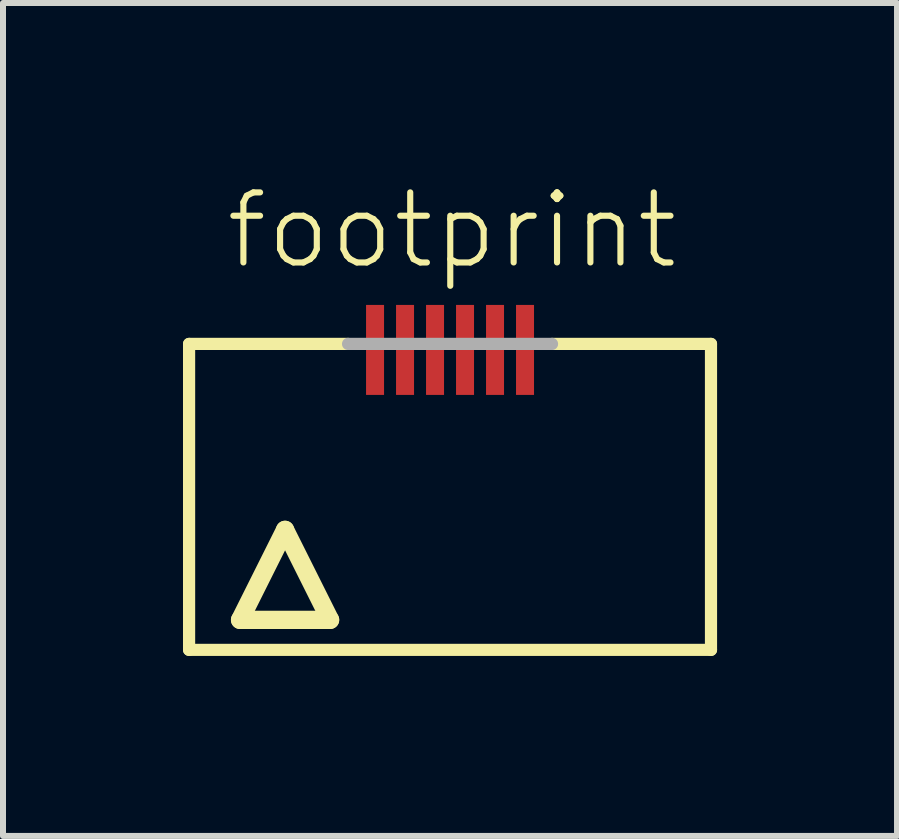
<source format=kicad_pcb>
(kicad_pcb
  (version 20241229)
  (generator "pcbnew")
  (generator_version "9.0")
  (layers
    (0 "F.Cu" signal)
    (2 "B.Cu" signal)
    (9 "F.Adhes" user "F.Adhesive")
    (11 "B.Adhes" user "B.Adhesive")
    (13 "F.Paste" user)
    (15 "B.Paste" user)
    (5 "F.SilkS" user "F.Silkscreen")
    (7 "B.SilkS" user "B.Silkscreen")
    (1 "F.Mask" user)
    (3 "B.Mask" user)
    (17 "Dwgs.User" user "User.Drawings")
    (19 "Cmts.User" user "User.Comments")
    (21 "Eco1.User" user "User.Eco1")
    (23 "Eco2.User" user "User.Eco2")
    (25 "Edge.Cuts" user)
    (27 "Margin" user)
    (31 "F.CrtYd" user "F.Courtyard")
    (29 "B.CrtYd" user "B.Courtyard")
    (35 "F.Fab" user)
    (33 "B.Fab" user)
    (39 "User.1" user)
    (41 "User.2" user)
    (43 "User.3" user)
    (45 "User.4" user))
  (footprint "footprint"
    (layer "F.Cu")
    (at 4.452 5.283)
    (property "Reference" "footprint" (at -3.79 -3.81 0) (layer "F.SilkS") (effects (font (size 1.168 1.168) (thickness 0.102)) (justify left bottom)))
    (fp_line (start -4.35 -2.6) (end -1.7 -2.6) (stroke (width 0.203) (type solid)) (layer "F.SilkS"))
    (fp_line (start -4.35 2.5) (end -4.35 -2.6) (stroke (width 0.203) (type solid)) (layer "F.SilkS"))
    (fp_line (start -3.5 2) (end -2 2) (stroke (width 0.305) (type solid)) (layer "F.SilkS"))
    (fp_line (start -2.75 0.5) (end -3.5 2) (stroke (width 0.305) (type solid)) (layer "F.SilkS"))
    (fp_line (start -2 2) (end -2.75 0.5) (stroke (width 0.305) (type solid)) (layer "F.SilkS"))
    (fp_line (start 1.7 -2.6) (end 4.35 -2.6) (stroke (width 0.203) (type solid)) (layer "F.SilkS"))
    (fp_line (start 4.35 -2.6) (end 4.35 2.5) (stroke (width 0.203) (type solid)) (layer "F.SilkS"))
    (fp_line (start 4.35 2.5) (end -4.35 2.5) (stroke (width 0.203) (type solid)) (layer "F.SilkS"))
    (fp_line (start -1.7 -2.6) (end 1.7 -2.6) (stroke (width 0.203) (type solid)) (layer "F.Fab"))
    (pad "1" smd rect (at -1.25 -2.5) (size 0.3 1.5) (layers "F.Cu" "F.Mask" "F.Paste"))
    (pad "2" smd rect (at -0.75 -2.5) (size 0.3 1.5) (layers "F.Cu" "F.Mask" "F.Paste"))
    (pad "3" smd rect (at -0.25 -2.5) (size 0.3 1.5) (layers "F.Cu" "F.Mask" "F.Paste"))
    (pad "4" smd rect (at 0.25 -2.5) (size 0.3 1.5) (layers "F.Cu" "F.Mask" "F.Paste"))
    (pad "5" smd rect (at 0.75 -2.5) (size 0.3 1.5) (layers "F.Cu" "F.Mask" "F.Paste"))
    (pad "6" smd rect (at 1.25 -2.5) (size 0.3 1.5) (layers "F.Cu" "F.Mask" "F.Paste")))
  (gr_rect
    (start -3 -3)
    (end 11.903 10.885)
    (stroke (width 0.1) (type default))
    (fill no)
    (layer "Edge.Cuts")))
</source>
